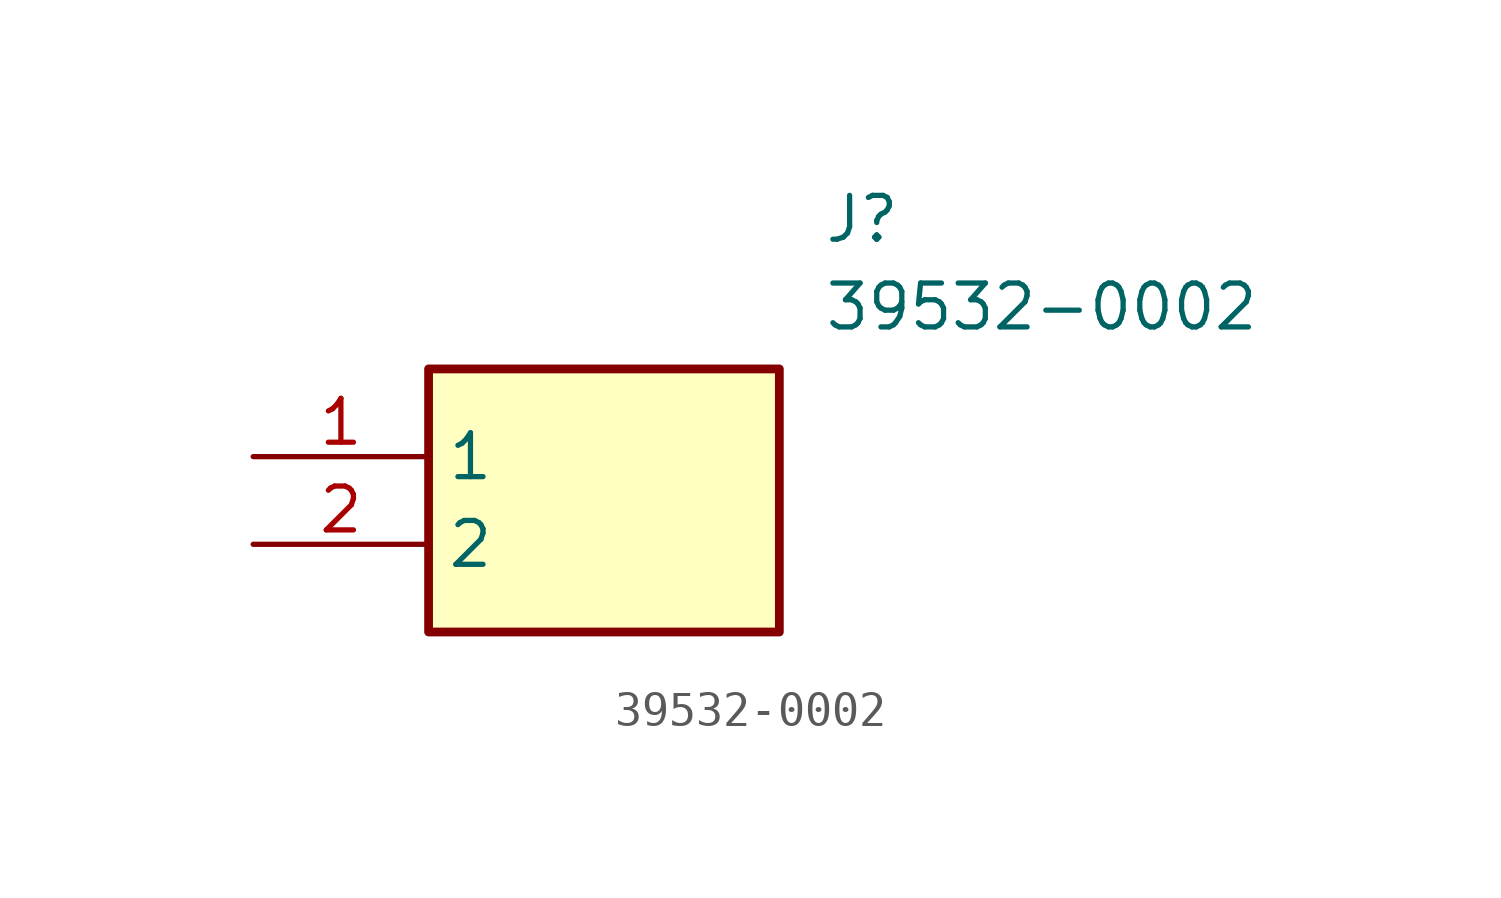
<source format=kicad_sym>
(kicad_symbol_lib
  (version 20211014)
  (generator SamacSys_ECAD_Model)
  (symbol "39532-0002"
    (property "Reference" "J"
      (at 16.51 7.62 0)
      (effects (font (size 1.27 1.27)) (justify left top)))
    (property "Value" "39532-0002"
      (at 16.51 5.08 0)
      (effects (font (size 1.27 1.27)) (justify left top)))
    (rectangle
      (start 5.08 2.54)
      (end 15.24 -5.08)
      (stroke (width 0.254) (type default))
      (fill (type background)))
    (pin passive line
      (at 0 0 0)
      (length 5.08)
      (name "1" (effects (font (size 1.27 1.27))))
      (number "1" (effects (font (size 1.27 1.27)))))
    (pin passive line
      (at 0 -2.54 0)
      (length 5.08)
      (name "2" (effects (font (size 1.27 1.27))))
      (number "2" (effects (font (size 1.27 1.27)))))))
</source>
